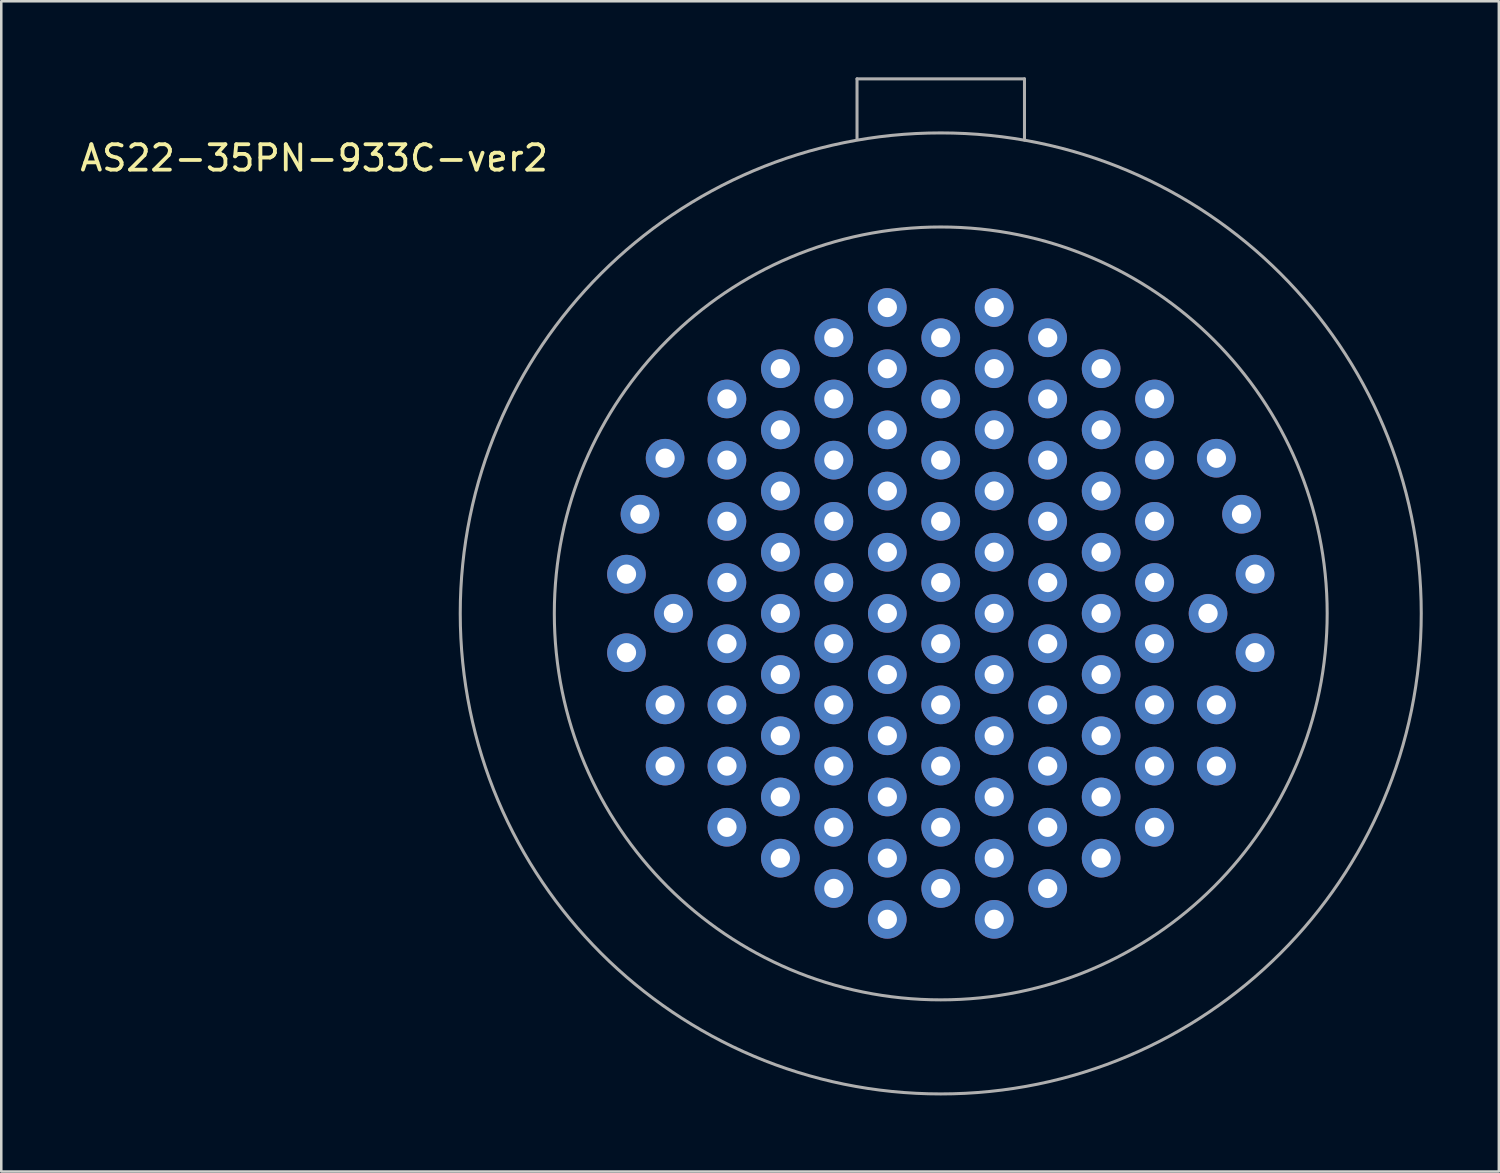
<source format=kicad_pcb>
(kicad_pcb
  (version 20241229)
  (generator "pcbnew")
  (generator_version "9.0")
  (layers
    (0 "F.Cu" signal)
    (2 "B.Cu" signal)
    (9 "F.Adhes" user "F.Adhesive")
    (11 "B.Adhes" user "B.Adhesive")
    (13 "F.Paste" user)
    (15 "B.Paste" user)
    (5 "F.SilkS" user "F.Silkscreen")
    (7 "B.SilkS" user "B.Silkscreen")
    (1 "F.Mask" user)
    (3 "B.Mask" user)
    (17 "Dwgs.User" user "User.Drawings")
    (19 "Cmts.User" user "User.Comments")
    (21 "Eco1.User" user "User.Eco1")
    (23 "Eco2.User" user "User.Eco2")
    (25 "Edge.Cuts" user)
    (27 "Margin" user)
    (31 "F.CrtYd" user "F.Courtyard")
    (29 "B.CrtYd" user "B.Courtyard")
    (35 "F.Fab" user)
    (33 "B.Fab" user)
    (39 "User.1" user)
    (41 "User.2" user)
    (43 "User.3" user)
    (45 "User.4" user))
  (footprint "AS22-35PN-933C-ver2"
    (layer "F.Cu")
    (at 34.051 21.142)
    (property "Reference" "AS22-35PN-933C-ver2" (at -24.712 -17.958 0) (layer "F.SilkS") (effects (font (size 1 1) (thickness 0.15))))
    (attr through_hole)
    (fp_line (start -3.302 -21.082) (end -3.302 -18.694) (stroke (width 0.12) (type solid)) (layer "F.Fab"))
    (fp_line (start 3.302 -21.082) (end -3.302 -21.082) (stroke (width 0.12) (type solid)) (layer "F.Fab"))
    (fp_line (start 3.302 -18.669) (end 3.302 -21.082) (stroke (width 0.12) (type solid)) (layer "F.Fab"))
    (fp_circle (center 0 0) (end 15.24 0) (stroke (width 0.12) (type solid)) (fill no) (layer "F.Fab"))
    (fp_circle (center 0 0) (end 18.95 0) (stroke (width 0.12) (type solid)) (fill no) (layer "F.Fab"))
    (pad "2" thru_hole circle (at -11.862 -3.912) (size 1.524 1.524) (drill 0.762) (layers "*.Cu" "*.Mask"))
    (pad "3" thru_hole circle (at -12.395 -1.549) (size 1.524 1.524) (drill 0.762) (layers "*.Cu" "*.Mask"))
    (pad "4" thru_hole circle (at -10.541 0) (size 1.524 1.524) (drill 0.762) (layers "*.Cu" "*.Mask"))
    (pad "5" thru_hole circle (at -12.395 1.549) (size 1.524 1.524) (drill 0.762) (layers "*.Cu" "*.Mask"))
    (pad "6" thru_hole circle (at -10.871 3.607) (size 1.524 1.524) (drill 0.762) (layers "*.Cu" "*.Mask"))
    (pad "7" thru_hole circle (at -10.871 6.02) (size 1.524 1.524) (drill 0.762) (layers "*.Cu" "*.Mask"))
    (pad "8" thru_hole circle (at -8.433 -8.458) (size 1.524 1.524) (drill 0.762) (layers "*.Cu" "*.Mask"))
    (pad "9" thru_hole circle (at -8.433 -6.045) (size 1.524 1.524) (drill 0.762) (layers "*.Cu" "*.Mask"))
    (pad "10" thru_hole circle (at -8.433 -3.632) (size 1.524 1.524) (drill 0.762) (layers "*.Cu" "*.Mask"))
    (pad "11" thru_hole circle (at -8.433 -1.219) (size 1.524 1.524) (drill 0.762) (layers "*.Cu" "*.Mask"))
    (pad "12" thru_hole circle (at -8.433 1.194) (size 1.524 1.524) (drill 0.762) (layers "*.Cu" "*.Mask"))
    (pad "13" thru_hole circle (at -8.433 3.607) (size 1.524 1.524) (drill 0.762) (layers "*.Cu" "*.Mask"))
    (pad "14" thru_hole circle (at -8.433 6.02) (size 1.524 1.524) (drill 0.762) (layers "*.Cu" "*.Mask"))
    (pad "15" thru_hole circle (at -8.433 8.433) (size 1.524 1.524) (drill 0.762) (layers "*.Cu" "*.Mask"))
    (pad "16" thru_hole circle (at -6.325 -9.652) (size 1.524 1.524) (drill 0.762) (layers "*.Cu" "*.Mask"))
    (pad "17" thru_hole circle (at -6.325 -7.239) (size 1.524 1.524) (drill 0.762) (layers "*.Cu" "*.Mask"))
    (pad "18" thru_hole circle (at -6.325 -4.826) (size 1.524 1.524) (drill 0.762) (layers "*.Cu" "*.Mask"))
    (pad "19" thru_hole circle (at -6.325 -2.413) (size 1.524 1.524) (drill 0.762) (layers "*.Cu" "*.Mask"))
    (pad "20" thru_hole circle (at -6.325 0) (size 1.524 1.524) (drill 0.762) (layers "*.Cu" "*.Mask"))
    (pad "21" thru_hole circle (at -6.325 2.413) (size 1.524 1.524) (drill 0.762) (layers "*.Cu" "*.Mask"))
    (pad "22" thru_hole circle (at -6.325 4.826) (size 1.524 1.524) (drill 0.762) (layers "*.Cu" "*.Mask"))
    (pad "23" thru_hole circle (at -6.325 7.239) (size 1.524 1.524) (drill 0.762) (layers "*.Cu" "*.Mask"))
    (pad "24" thru_hole circle (at -6.325 9.652) (size 1.524 1.524) (drill 0.762) (layers "*.Cu" "*.Mask"))
    (pad "25" thru_hole circle (at -4.216 -10.871) (size 1.524 1.524) (drill 0.762) (layers "*.Cu" "*.Mask"))
    (pad "26" thru_hole circle (at -4.216 -8.458) (size 1.524 1.524) (drill 0.762) (layers "*.Cu" "*.Mask"))
    (pad "27" thru_hole circle (at -4.216 -6.045) (size 1.524 1.524) (drill 0.762) (layers "*.Cu" "*.Mask"))
    (pad "28" thru_hole circle (at -4.216 -3.632) (size 1.524 1.524) (drill 0.762) (layers "*.Cu" "*.Mask"))
    (pad "29" thru_hole circle (at -4.216 -1.219) (size 1.524 1.524) (drill 0.762) (layers "*.Cu" "*.Mask"))
    (pad "30" thru_hole circle (at -4.216 1.194) (size 1.524 1.524) (drill 0.762) (layers "*.Cu" "*.Mask"))
    (pad "31" thru_hole circle (at -4.216 3.607) (size 1.524 1.524) (drill 0.762) (layers "*.Cu" "*.Mask"))
    (pad "32" thru_hole circle (at -4.216 6.02) (size 1.524 1.524) (drill 0.762) (layers "*.Cu" "*.Mask"))
    (pad "33" thru_hole circle (at -4.216 8.433) (size 1.524 1.524) (drill 0.762) (layers "*.Cu" "*.Mask"))
    (pad "34" thru_hole circle (at -4.216 10.846) (size 1.524 1.524) (drill 0.762) (layers "*.Cu" "*.Mask"))
    (pad "35" thru_hole circle (at -2.108 -12.065) (size 1.524 1.524) (drill 0.762) (layers "*.Cu" "*.Mask"))
    (pad "36" thru_hole circle (at -2.108 -9.652) (size 1.524 1.524) (drill 0.762) (layers "*.Cu" "*.Mask"))
    (pad "37" thru_hole circle (at -2.108 -7.239) (size 1.524 1.524) (drill 0.762) (layers "*.Cu" "*.Mask"))
    (pad "38" thru_hole circle (at -2.108 -4.826) (size 1.524 1.524) (drill 0.762) (layers "*.Cu" "*.Mask"))
    (pad "39" thru_hole circle (at -2.108 -2.413) (size 1.524 1.524) (drill 0.762) (layers "*.Cu" "*.Mask"))
    (pad "40" thru_hole circle (at -2.108 0) (size 1.524 1.524) (drill 0.762) (layers "*.Cu" "*.Mask"))
    (pad "41" thru_hole circle (at -2.108 2.413) (size 1.524 1.524) (drill 0.762) (layers "*.Cu" "*.Mask"))
    (pad "42" thru_hole circle (at -2.108 4.826) (size 1.524 1.524) (drill 0.762) (layers "*.Cu" "*.Mask"))
    (pad "43" thru_hole circle (at -2.108 7.239) (size 1.524 1.524) (drill 0.762) (layers "*.Cu" "*.Mask"))
    (pad "44" thru_hole circle (at -2.108 9.652) (size 1.524 1.524) (drill 0.762) (layers "*.Cu" "*.Mask"))
    (pad "45" thru_hole circle (at -2.108 12.065) (size 1.524 1.524) (drill 0.762) (layers "*.Cu" "*.Mask"))
    (pad "46" thru_hole circle (at 0 -10.871) (size 1.524 1.524) (drill 0.762) (layers "*.Cu" "*.Mask"))
    (pad "47" thru_hole circle (at 0 -8.458) (size 1.524 1.524) (drill 0.762) (layers "*.Cu" "*.Mask"))
    (pad "48" thru_hole circle (at 0 -6.045) (size 1.524 1.524) (drill 0.762) (layers "*.Cu" "*.Mask"))
    (pad "49" thru_hole circle (at 0 -3.632) (size 1.524 1.524) (drill 0.762) (layers "*.Cu" "*.Mask"))
    (pad "50" thru_hole circle (at 0 -1.219) (size 1.524 1.524) (drill 0.762) (layers "*.Cu" "*.Mask"))
    (pad "51" thru_hole circle (at 0 1.194) (size 1.524 1.524) (drill 0.762) (layers "*.Cu" "*.Mask"))
    (pad "52" thru_hole circle (at 0 3.607) (size 1.524 1.524) (drill 0.762) (layers "*.Cu" "*.Mask"))
    (pad "53" thru_hole circle (at 0 6.02) (size 1.524 1.524) (drill 0.762) (layers "*.Cu" "*.Mask"))
    (pad "54" thru_hole circle (at 0 8.433) (size 1.524 1.524) (drill 0.762) (layers "*.Cu" "*.Mask"))
    (pad "55" thru_hole circle (at 0 10.846) (size 1.524 1.524) (drill 0.762) (layers "*.Cu" "*.Mask"))
    (pad "56" thru_hole circle (at 2.108 -12.065) (size 1.524 1.524) (drill 0.762) (layers "*.Cu" "*.Mask"))
    (pad "57" thru_hole circle (at 2.108 -9.652) (size 1.524 1.524) (drill 0.762) (layers "*.Cu" "*.Mask"))
    (pad "58" thru_hole circle (at 2.108 -7.239) (size 1.524 1.524) (drill 0.762) (layers "*.Cu" "*.Mask"))
    (pad "59" thru_hole circle (at 2.108 -4.826) (size 1.524 1.524) (drill 0.762) (layers "*.Cu" "*.Mask"))
    (pad "60" thru_hole circle (at 2.108 -2.413) (size 1.524 1.524) (drill 0.762) (layers "*.Cu" "*.Mask"))
    (pad "61" thru_hole circle (at 2.108 0) (size 1.524 1.524) (drill 0.762) (layers "*.Cu" "*.Mask"))
    (pad "62" thru_hole circle (at 2.108 2.413) (size 1.524 1.524) (drill 0.762) (layers "*.Cu" "*.Mask"))
    (pad "63" thru_hole circle (at 2.108 4.826) (size 1.524 1.524) (drill 0.762) (layers "*.Cu" "*.Mask"))
    (pad "64" thru_hole circle (at 2.108 7.239) (size 1.524 1.524) (drill 0.762) (layers "*.Cu" "*.Mask"))
    (pad "65" thru_hole circle (at 2.108 9.652) (size 1.524 1.524) (drill 0.762) (layers "*.Cu" "*.Mask"))
    (pad "66" thru_hole circle (at 2.108 12.065) (size 1.524 1.524) (drill 0.762) (layers "*.Cu" "*.Mask"))
    (pad "67" thru_hole circle (at 4.216 -10.871) (size 1.524 1.524) (drill 0.762) (layers "*.Cu" "*.Mask"))
    (pad "68" thru_hole circle (at 4.216 -8.458) (size 1.524 1.524) (drill 0.762) (layers "*.Cu" "*.Mask"))
    (pad "69" thru_hole circle (at 4.216 -6.045) (size 1.524 1.524) (drill 0.762) (layers "*.Cu" "*.Mask"))
    (pad "70" thru_hole circle (at 4.216 -3.632) (size 1.524 1.524) (drill 0.762) (layers "*.Cu" "*.Mask"))
    (pad "71" thru_hole circle (at 4.216 -1.219) (size 1.524 1.524) (drill 0.762) (layers "*.Cu" "*.Mask"))
    (pad "72" thru_hole circle (at 4.216 1.194) (size 1.524 1.524) (drill 0.762) (layers "*.Cu" "*.Mask"))
    (pad "73" thru_hole circle (at 4.216 3.607) (size 1.524 1.524) (drill 0.762) (layers "*.Cu" "*.Mask"))
    (pad "74" thru_hole circle (at 4.216 6.02) (size 1.524 1.524) (drill 0.762) (layers "*.Cu" "*.Mask"))
    (pad "75" thru_hole circle (at 4.216 8.433) (size 1.524 1.524) (drill 0.762) (layers "*.Cu" "*.Mask"))
    (pad "76" thru_hole circle (at 4.216 10.846) (size 1.524 1.524) (drill 0.762) (layers "*.Cu" "*.Mask"))
    (pad "77" thru_hole circle (at 6.325 -9.652) (size 1.524 1.524) (drill 0.762) (layers "*.Cu" "*.Mask"))
    (pad "78" thru_hole circle (at 6.325 -7.239) (size 1.524 1.524) (drill 0.762) (layers "*.Cu" "*.Mask"))
    (pad "79" thru_hole circle (at 6.325 -4.826) (size 1.524 1.524) (drill 0.762) (layers "*.Cu" "*.Mask"))
    (pad "80" thru_hole circle (at 6.325 -2.413) (size 1.524 1.524) (drill 0.762) (layers "*.Cu" "*.Mask"))
    (pad "81" thru_hole circle (at 6.325 0) (size 1.524 1.524) (drill 0.762) (layers "*.Cu" "*.Mask"))
    (pad "82" thru_hole circle (at 6.325 2.413) (size 1.524 1.524) (drill 0.762) (layers "*.Cu" "*.Mask"))
    (pad "83" thru_hole circle (at 6.325 4.826) (size 1.524 1.524) (drill 0.762) (layers "*.Cu" "*.Mask"))
    (pad "84" thru_hole circle (at 6.325 7.239) (size 1.524 1.524) (drill 0.762) (layers "*.Cu" "*.Mask"))
    (pad "85" thru_hole circle (at 6.325 9.652) (size 1.524 1.524) (drill 0.762) (layers "*.Cu" "*.Mask"))
    (pad "86" thru_hole circle (at 8.433 -8.458) (size 1.524 1.524) (drill 0.762) (layers "*.Cu" "*.Mask"))
    (pad "87" thru_hole circle (at 8.433 -6.045) (size 1.524 1.524) (drill 0.762) (layers "*.Cu" "*.Mask"))
    (pad "88" thru_hole circle (at 8.433 -3.632) (size 1.524 1.524) (drill 0.762) (layers "*.Cu" "*.Mask"))
    (pad "89" thru_hole circle (at 8.433 -1.219) (size 1.524 1.524) (drill 0.762) (layers "*.Cu" "*.Mask"))
    (pad "90" thru_hole circle (at 8.433 1.194) (size 1.524 1.524) (drill 0.762) (layers "*.Cu" "*.Mask"))
    (pad "91" thru_hole circle (at 8.433 3.607) (size 1.524 1.524) (drill 0.762) (layers "*.Cu" "*.Mask"))
    (pad "92" thru_hole circle (at 8.433 6.02) (size 1.524 1.524) (drill 0.762) (layers "*.Cu" "*.Mask"))
    (pad "93" thru_hole circle (at 8.433 8.433) (size 1.524 1.524) (drill 0.762) (layers "*.Cu" "*.Mask"))
    (pad "94" thru_hole circle (at 10.871 -6.121) (size 1.524 1.524) (drill 0.762) (layers "*.Cu" "*.Mask"))
    (pad "95" thru_hole circle (at 11.862 -3.912) (size 1.524 1.524) (drill 0.762) (layers "*.Cu" "*.Mask"))
    (pad "96" thru_hole circle (at 12.395 -1.549) (size 1.524 1.524) (drill 0.762) (layers "*.Cu" "*.Mask"))
    (pad "97" thru_hole circle (at 10.541 0) (size 1.524 1.524) (drill 0.762) (layers "*.Cu" "*.Mask"))
    (pad "98" thru_hole circle (at 12.395 1.549) (size 1.524 1.524) (drill 0.762) (layers "*.Cu" "*.Mask"))
    (pad "99" thru_hole circle (at 10.871 3.607) (size 1.524 1.524) (drill 0.762) (layers "*.Cu" "*.Mask"))
    (pad "100" thru_hole circle (at 10.871 6.02) (size 1.524 1.524) (drill 0.762) (layers "*.Cu" "*.Mask"))
    (pad "﻿1" thru_hole circle (at -10.871 -6.121) (size 1.524 1.524) (drill 0.762) (layers "*.Cu" "*.Mask")))
  (gr_rect
    (start -3 -3)
    (end 56.061 43.152)
    (stroke (width 0.1) (type default))
    (fill no)
    (layer "Edge.Cuts")))
</source>
